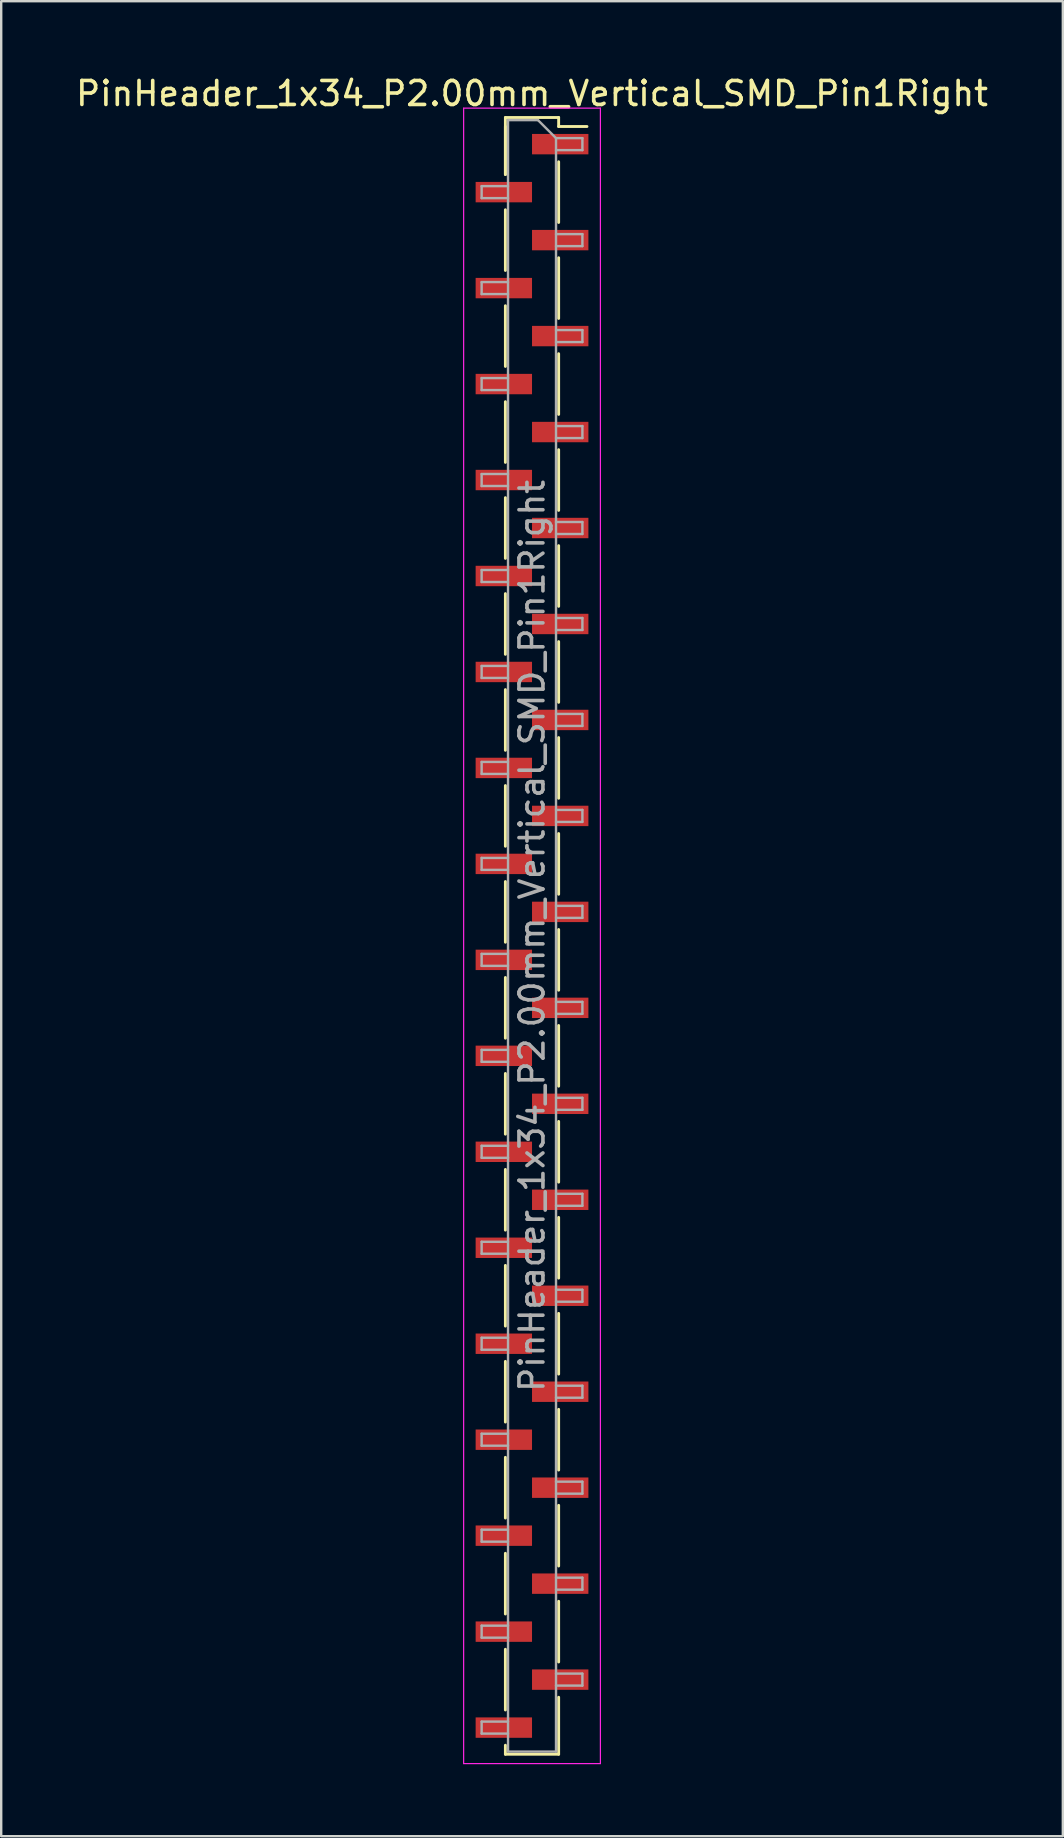
<source format=kicad_pcb>
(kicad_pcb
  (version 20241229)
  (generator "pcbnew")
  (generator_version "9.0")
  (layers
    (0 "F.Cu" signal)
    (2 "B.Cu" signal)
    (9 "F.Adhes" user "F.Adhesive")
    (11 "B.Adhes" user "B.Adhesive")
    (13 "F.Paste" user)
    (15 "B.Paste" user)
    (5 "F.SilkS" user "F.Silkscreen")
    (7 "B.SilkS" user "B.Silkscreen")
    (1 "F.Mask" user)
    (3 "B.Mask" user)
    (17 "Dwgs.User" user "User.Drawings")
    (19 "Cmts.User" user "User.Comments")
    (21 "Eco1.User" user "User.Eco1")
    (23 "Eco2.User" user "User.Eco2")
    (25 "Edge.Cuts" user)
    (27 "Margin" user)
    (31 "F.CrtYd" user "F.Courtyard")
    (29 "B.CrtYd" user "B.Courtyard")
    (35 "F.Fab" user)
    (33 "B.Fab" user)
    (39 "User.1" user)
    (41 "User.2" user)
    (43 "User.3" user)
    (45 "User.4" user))
  (footprint "PinHeader_1x34_P2.00mm_Vertical_SMD_Pin1Right"
    (layer "F.Cu")
    (at 19.125 35.958)
    (property "Reference" "PinHeader_1x34_P2.00mm_Vertical_SMD_Pin1Right" (at 0 -35.11 0) (layer "F.SilkS") (effects (font (size 1 1) (thickness 0.15))))
    (attr smd)
    (fp_line (start -1.11 -34.11) (end -1.11 -31.735) (stroke (width 0.12) (type solid)) (layer "F.SilkS"))
    (fp_line (start -1.11 -34.11) (end 1.11 -34.11) (stroke (width 0.12) (type solid)) (layer "F.SilkS"))
    (fp_line (start -1.11 -33.735) (end -1.11 -31.735) (stroke (width 0.12) (type solid)) (layer "F.SilkS"))
    (fp_line (start -1.11 -30.265) (end -1.11 -27.735) (stroke (width 0.12) (type solid)) (layer "F.SilkS"))
    (fp_line (start -1.11 -26.265) (end -1.11 -23.735) (stroke (width 0.12) (type solid)) (layer "F.SilkS"))
    (fp_line (start -1.11 -22.265) (end -1.11 -19.735) (stroke (width 0.12) (type solid)) (layer "F.SilkS"))
    (fp_line (start -1.11 -18.265) (end -1.11 -15.735) (stroke (width 0.12) (type solid)) (layer "F.SilkS"))
    (fp_line (start -1.11 -14.265) (end -1.11 -11.735) (stroke (width 0.12) (type solid)) (layer "F.SilkS"))
    (fp_line (start -1.11 -10.265) (end -1.11 -7.735) (stroke (width 0.12) (type solid)) (layer "F.SilkS"))
    (fp_line (start -1.11 -6.265) (end -1.11 -3.735) (stroke (width 0.12) (type solid)) (layer "F.SilkS"))
    (fp_line (start -1.11 -2.265) (end -1.11 0.265) (stroke (width 0.12) (type solid)) (layer "F.SilkS"))
    (fp_line (start -1.11 1.735) (end -1.11 4.265) (stroke (width 0.12) (type solid)) (layer "F.SilkS"))
    (fp_line (start -1.11 5.735) (end -1.11 8.265) (stroke (width 0.12) (type solid)) (layer "F.SilkS"))
    (fp_line (start -1.11 9.735) (end -1.11 12.265) (stroke (width 0.12) (type solid)) (layer "F.SilkS"))
    (fp_line (start -1.11 13.735) (end -1.11 16.265) (stroke (width 0.12) (type solid)) (layer "F.SilkS"))
    (fp_line (start -1.11 17.735) (end -1.11 20.265) (stroke (width 0.12) (type solid)) (layer "F.SilkS"))
    (fp_line (start -1.11 21.735) (end -1.11 24.265) (stroke (width 0.12) (type solid)) (layer "F.SilkS"))
    (fp_line (start -1.11 25.735) (end -1.11 28.265) (stroke (width 0.12) (type solid)) (layer "F.SilkS"))
    (fp_line (start -1.11 29.735) (end -1.11 32.265) (stroke (width 0.12) (type solid)) (layer "F.SilkS"))
    (fp_line (start -1.11 33.735) (end -1.11 34.11) (stroke (width 0.12) (type solid)) (layer "F.SilkS"))
    (fp_line (start -1.11 34.11) (end 1.11 34.11) (stroke (width 0.12) (type solid)) (layer "F.SilkS"))
    (fp_line (start 1.11 -34.11) (end 1.11 -33.735) (stroke (width 0.12) (type solid)) (layer "F.SilkS"))
    (fp_line (start 1.11 -33.735) (end 2.29 -33.735) (stroke (width 0.12) (type solid)) (layer "F.SilkS"))
    (fp_line (start 1.11 -32.265) (end 1.11 -29.735) (stroke (width 0.12) (type solid)) (layer "F.SilkS"))
    (fp_line (start 1.11 -28.265) (end 1.11 -25.735) (stroke (width 0.12) (type solid)) (layer "F.SilkS"))
    (fp_line (start 1.11 -24.265) (end 1.11 -21.735) (stroke (width 0.12) (type solid)) (layer "F.SilkS"))
    (fp_line (start 1.11 -20.265) (end 1.11 -17.735) (stroke (width 0.12) (type solid)) (layer "F.SilkS"))
    (fp_line (start 1.11 -16.265) (end 1.11 -13.735) (stroke (width 0.12) (type solid)) (layer "F.SilkS"))
    (fp_line (start 1.11 -12.265) (end 1.11 -9.735) (stroke (width 0.12) (type solid)) (layer "F.SilkS"))
    (fp_line (start 1.11 -8.265) (end 1.11 -5.735) (stroke (width 0.12) (type solid)) (layer "F.SilkS"))
    (fp_line (start 1.11 -4.265) (end 1.11 -1.735) (stroke (width 0.12) (type solid)) (layer "F.SilkS"))
    (fp_line (start 1.11 -0.265) (end 1.11 2.265) (stroke (width 0.12) (type solid)) (layer "F.SilkS"))
    (fp_line (start 1.11 3.735) (end 1.11 6.265) (stroke (width 0.12) (type solid)) (layer "F.SilkS"))
    (fp_line (start 1.11 7.735) (end 1.11 10.265) (stroke (width 0.12) (type solid)) (layer "F.SilkS"))
    (fp_line (start 1.11 11.735) (end 1.11 14.265) (stroke (width 0.12) (type solid)) (layer "F.SilkS"))
    (fp_line (start 1.11 15.735) (end 1.11 18.265) (stroke (width 0.12) (type solid)) (layer "F.SilkS"))
    (fp_line (start 1.11 19.735) (end 1.11 22.265) (stroke (width 0.12) (type solid)) (layer "F.SilkS"))
    (fp_line (start 1.11 23.735) (end 1.11 26.265) (stroke (width 0.12) (type solid)) (layer "F.SilkS"))
    (fp_line (start 1.11 27.735) (end 1.11 30.265) (stroke (width 0.12) (type solid)) (layer "F.SilkS"))
    (fp_line (start 1.11 31.735) (end 1.11 34.11) (stroke (width 0.12) (type solid)) (layer "F.SilkS"))
    (fp_line (start -2.85 -34.5) (end -2.85 34.5) (stroke (width 0.05) (type solid)) (layer "F.CrtYd"))
    (fp_line (start -2.85 34.5) (end 2.85 34.5) (stroke (width 0.05) (type solid)) (layer "F.CrtYd"))
    (fp_line (start 2.85 -34.5) (end -2.85 -34.5) (stroke (width 0.05) (type solid)) (layer "F.CrtYd"))
    (fp_line (start 2.85 34.5) (end 2.85 -34.5) (stroke (width 0.05) (type solid)) (layer "F.CrtYd"))
    (fp_line (start -2.1 -31.25) (end -2.1 -30.75) (stroke (width 0.1) (type solid)) (layer "F.Fab"))
    (fp_line (start -2.1 -30.75) (end -1 -30.75) (stroke (width 0.1) (type solid)) (layer "F.Fab"))
    (fp_line (start -2.1 -27.25) (end -2.1 -26.75) (stroke (width 0.1) (type solid)) (layer "F.Fab"))
    (fp_line (start -2.1 -26.75) (end -1 -26.75) (stroke (width 0.1) (type solid)) (layer "F.Fab"))
    (fp_line (start -2.1 -23.25) (end -2.1 -22.75) (stroke (width 0.1) (type solid)) (layer "F.Fab"))
    (fp_line (start -2.1 -22.75) (end -1 -22.75) (stroke (width 0.1) (type solid)) (layer "F.Fab"))
    (fp_line (start -2.1 -19.25) (end -2.1 -18.75) (stroke (width 0.1) (type solid)) (layer "F.Fab"))
    (fp_line (start -2.1 -18.75) (end -1 -18.75) (stroke (width 0.1) (type solid)) (layer "F.Fab"))
    (fp_line (start -2.1 -15.25) (end -2.1 -14.75) (stroke (width 0.1) (type solid)) (layer "F.Fab"))
    (fp_line (start -2.1 -14.75) (end -1 -14.75) (stroke (width 0.1) (type solid)) (layer "F.Fab"))
    (fp_line (start -2.1 -11.25) (end -2.1 -10.75) (stroke (width 0.1) (type solid)) (layer "F.Fab"))
    (fp_line (start -2.1 -10.75) (end -1 -10.75) (stroke (width 0.1) (type solid)) (layer "F.Fab"))
    (fp_line (start -2.1 -7.25) (end -2.1 -6.75) (stroke (width 0.1) (type solid)) (layer "F.Fab"))
    (fp_line (start -2.1 -6.75) (end -1 -6.75) (stroke (width 0.1) (type solid)) (layer "F.Fab"))
    (fp_line (start -2.1 -3.25) (end -2.1 -2.75) (stroke (width 0.1) (type solid)) (layer "F.Fab"))
    (fp_line (start -2.1 -2.75) (end -1 -2.75) (stroke (width 0.1) (type solid)) (layer "F.Fab"))
    (fp_line (start -2.1 0.75) (end -2.1 1.25) (stroke (width 0.1) (type solid)) (layer "F.Fab"))
    (fp_line (start -2.1 1.25) (end -1 1.25) (stroke (width 0.1) (type solid)) (layer "F.Fab"))
    (fp_line (start -2.1 4.75) (end -2.1 5.25) (stroke (width 0.1) (type solid)) (layer "F.Fab"))
    (fp_line (start -2.1 5.25) (end -1 5.25) (stroke (width 0.1) (type solid)) (layer "F.Fab"))
    (fp_line (start -2.1 8.75) (end -2.1 9.25) (stroke (width 0.1) (type solid)) (layer "F.Fab"))
    (fp_line (start -2.1 9.25) (end -1 9.25) (stroke (width 0.1) (type solid)) (layer "F.Fab"))
    (fp_line (start -2.1 12.75) (end -2.1 13.25) (stroke (width 0.1) (type solid)) (layer "F.Fab"))
    (fp_line (start -2.1 13.25) (end -1 13.25) (stroke (width 0.1) (type solid)) (layer "F.Fab"))
    (fp_line (start -2.1 16.75) (end -2.1 17.25) (stroke (width 0.1) (type solid)) (layer "F.Fab"))
    (fp_line (start -2.1 17.25) (end -1 17.25) (stroke (width 0.1) (type solid)) (layer "F.Fab"))
    (fp_line (start -2.1 20.75) (end -2.1 21.25) (stroke (width 0.1) (type solid)) (layer "F.Fab"))
    (fp_line (start -2.1 21.25) (end -1 21.25) (stroke (width 0.1) (type solid)) (layer "F.Fab"))
    (fp_line (start -2.1 24.75) (end -2.1 25.25) (stroke (width 0.1) (type solid)) (layer "F.Fab"))
    (fp_line (start -2.1 25.25) (end -1 25.25) (stroke (width 0.1) (type solid)) (layer "F.Fab"))
    (fp_line (start -2.1 28.75) (end -2.1 29.25) (stroke (width 0.1) (type solid)) (layer "F.Fab"))
    (fp_line (start -2.1 29.25) (end -1 29.25) (stroke (width 0.1) (type solid)) (layer "F.Fab"))
    (fp_line (start -2.1 32.75) (end -2.1 33.25) (stroke (width 0.1) (type solid)) (layer "F.Fab"))
    (fp_line (start -2.1 33.25) (end -1 33.25) (stroke (width 0.1) (type solid)) (layer "F.Fab"))
    (fp_line (start -1 -34) (end -1 34) (stroke (width 0.1) (type solid)) (layer "F.Fab"))
    (fp_line (start -1 -34) (end 0.25 -34) (stroke (width 0.1) (type solid)) (layer "F.Fab"))
    (fp_line (start -1 -31.25) (end -2.1 -31.25) (stroke (width 0.1) (type solid)) (layer "F.Fab"))
    (fp_line (start -1 -27.25) (end -2.1 -27.25) (stroke (width 0.1) (type solid)) (layer "F.Fab"))
    (fp_line (start -1 -23.25) (end -2.1 -23.25) (stroke (width 0.1) (type solid)) (layer "F.Fab"))
    (fp_line (start -1 -19.25) (end -2.1 -19.25) (stroke (width 0.1) (type solid)) (layer "F.Fab"))
    (fp_line (start -1 -15.25) (end -2.1 -15.25) (stroke (width 0.1) (type solid)) (layer "F.Fab"))
    (fp_line (start -1 -11.25) (end -2.1 -11.25) (stroke (width 0.1) (type solid)) (layer "F.Fab"))
    (fp_line (start -1 -7.25) (end -2.1 -7.25) (stroke (width 0.1) (type solid)) (layer "F.Fab"))
    (fp_line (start -1 -3.25) (end -2.1 -3.25) (stroke (width 0.1) (type solid)) (layer "F.Fab"))
    (fp_line (start -1 0.75) (end -2.1 0.75) (stroke (width 0.1) (type solid)) (layer "F.Fab"))
    (fp_line (start -1 4.75) (end -2.1 4.75) (stroke (width 0.1) (type solid)) (layer "F.Fab"))
    (fp_line (start -1 8.75) (end -2.1 8.75) (stroke (width 0.1) (type solid)) (layer "F.Fab"))
    (fp_line (start -1 12.75) (end -2.1 12.75) (stroke (width 0.1) (type solid)) (layer "F.Fab"))
    (fp_line (start -1 16.75) (end -2.1 16.75) (stroke (width 0.1) (type solid)) (layer "F.Fab"))
    (fp_line (start -1 20.75) (end -2.1 20.75) (stroke (width 0.1) (type solid)) (layer "F.Fab"))
    (fp_line (start -1 24.75) (end -2.1 24.75) (stroke (width 0.1) (type solid)) (layer "F.Fab"))
    (fp_line (start -1 28.75) (end -2.1 28.75) (stroke (width 0.1) (type solid)) (layer "F.Fab"))
    (fp_line (start -1 32.75) (end -2.1 32.75) (stroke (width 0.1) (type solid)) (layer "F.Fab"))
    (fp_line (start 1 -33.25) (end 0.25 -34) (stroke (width 0.1) (type solid)) (layer "F.Fab"))
    (fp_line (start 1 -33.25) (end 2.1 -33.25) (stroke (width 0.1) (type solid)) (layer "F.Fab"))
    (fp_line (start 1 -29.25) (end 2.1 -29.25) (stroke (width 0.1) (type solid)) (layer "F.Fab"))
    (fp_line (start 1 -25.25) (end 2.1 -25.25) (stroke (width 0.1) (type solid)) (layer "F.Fab"))
    (fp_line (start 1 -21.25) (end 2.1 -21.25) (stroke (width 0.1) (type solid)) (layer "F.Fab"))
    (fp_line (start 1 -17.25) (end 2.1 -17.25) (stroke (width 0.1) (type solid)) (layer "F.Fab"))
    (fp_line (start 1 -13.25) (end 2.1 -13.25) (stroke (width 0.1) (type solid)) (layer "F.Fab"))
    (fp_line (start 1 -9.25) (end 2.1 -9.25) (stroke (width 0.1) (type solid)) (layer "F.Fab"))
    (fp_line (start 1 -5.25) (end 2.1 -5.25) (stroke (width 0.1) (type solid)) (layer "F.Fab"))
    (fp_line (start 1 -1.25) (end 2.1 -1.25) (stroke (width 0.1) (type solid)) (layer "F.Fab"))
    (fp_line (start 1 2.75) (end 2.1 2.75) (stroke (width 0.1) (type solid)) (layer "F.Fab"))
    (fp_line (start 1 6.75) (end 2.1 6.75) (stroke (width 0.1) (type solid)) (layer "F.Fab"))
    (fp_line (start 1 10.75) (end 2.1 10.75) (stroke (width 0.1) (type solid)) (layer "F.Fab"))
    (fp_line (start 1 14.75) (end 2.1 14.75) (stroke (width 0.1) (type solid)) (layer "F.Fab"))
    (fp_line (start 1 18.75) (end 2.1 18.75) (stroke (width 0.1) (type solid)) (layer "F.Fab"))
    (fp_line (start 1 22.75) (end 2.1 22.75) (stroke (width 0.1) (type solid)) (layer "F.Fab"))
    (fp_line (start 1 26.75) (end 2.1 26.75) (stroke (width 0.1) (type solid)) (layer "F.Fab"))
    (fp_line (start 1 30.75) (end 2.1 30.75) (stroke (width 0.1) (type solid)) (layer "F.Fab"))
    (fp_line (start 1 34) (end -1 34) (stroke (width 0.1) (type solid)) (layer "F.Fab"))
    (fp_line (start 1 34) (end 1 -33.25) (stroke (width 0.1) (type solid)) (layer "F.Fab"))
    (fp_line (start 2.1 -33.25) (end 2.1 -32.75) (stroke (width 0.1) (type solid)) (layer "F.Fab"))
    (fp_line (start 2.1 -32.75) (end 1 -32.75) (stroke (width 0.1) (type solid)) (layer "F.Fab"))
    (fp_line (start 2.1 -29.25) (end 2.1 -28.75) (stroke (width 0.1) (type solid)) (layer "F.Fab"))
    (fp_line (start 2.1 -28.75) (end 1 -28.75) (stroke (width 0.1) (type solid)) (layer "F.Fab"))
    (fp_line (start 2.1 -25.25) (end 2.1 -24.75) (stroke (width 0.1) (type solid)) (layer "F.Fab"))
    (fp_line (start 2.1 -24.75) (end 1 -24.75) (stroke (width 0.1) (type solid)) (layer "F.Fab"))
    (fp_line (start 2.1 -21.25) (end 2.1 -20.75) (stroke (width 0.1) (type solid)) (layer "F.Fab"))
    (fp_line (start 2.1 -20.75) (end 1 -20.75) (stroke (width 0.1) (type solid)) (layer "F.Fab"))
    (fp_line (start 2.1 -17.25) (end 2.1 -16.75) (stroke (width 0.1) (type solid)) (layer "F.Fab"))
    (fp_line (start 2.1 -16.75) (end 1 -16.75) (stroke (width 0.1) (type solid)) (layer "F.Fab"))
    (fp_line (start 2.1 -13.25) (end 2.1 -12.75) (stroke (width 0.1) (type solid)) (layer "F.Fab"))
    (fp_line (start 2.1 -12.75) (end 1 -12.75) (stroke (width 0.1) (type solid)) (layer "F.Fab"))
    (fp_line (start 2.1 -9.25) (end 2.1 -8.75) (stroke (width 0.1) (type solid)) (layer "F.Fab"))
    (fp_line (start 2.1 -8.75) (end 1 -8.75) (stroke (width 0.1) (type solid)) (layer "F.Fab"))
    (fp_line (start 2.1 -5.25) (end 2.1 -4.75) (stroke (width 0.1) (type solid)) (layer "F.Fab"))
    (fp_line (start 2.1 -4.75) (end 1 -4.75) (stroke (width 0.1) (type solid)) (layer "F.Fab"))
    (fp_line (start 2.1 -1.25) (end 2.1 -0.75) (stroke (width 0.1) (type solid)) (layer "F.Fab"))
    (fp_line (start 2.1 -0.75) (end 1 -0.75) (stroke (width 0.1) (type solid)) (layer "F.Fab"))
    (fp_line (start 2.1 2.75) (end 2.1 3.25) (stroke (width 0.1) (type solid)) (layer "F.Fab"))
    (fp_line (start 2.1 3.25) (end 1 3.25) (stroke (width 0.1) (type solid)) (layer "F.Fab"))
    (fp_line (start 2.1 6.75) (end 2.1 7.25) (stroke (width 0.1) (type solid)) (layer "F.Fab"))
    (fp_line (start 2.1 7.25) (end 1 7.25) (stroke (width 0.1) (type solid)) (layer "F.Fab"))
    (fp_line (start 2.1 10.75) (end 2.1 11.25) (stroke (width 0.1) (type solid)) (layer "F.Fab"))
    (fp_line (start 2.1 11.25) (end 1 11.25) (stroke (width 0.1) (type solid)) (layer "F.Fab"))
    (fp_line (start 2.1 14.75) (end 2.1 15.25) (stroke (width 0.1) (type solid)) (layer "F.Fab"))
    (fp_line (start 2.1 15.25) (end 1 15.25) (stroke (width 0.1) (type solid)) (layer "F.Fab"))
    (fp_line (start 2.1 18.75) (end 2.1 19.25) (stroke (width 0.1) (type solid)) (layer "F.Fab"))
    (fp_line (start 2.1 19.25) (end 1 19.25) (stroke (width 0.1) (type solid)) (layer "F.Fab"))
    (fp_line (start 2.1 22.75) (end 2.1 23.25) (stroke (width 0.1) (type solid)) (layer "F.Fab"))
    (fp_line (start 2.1 23.25) (end 1 23.25) (stroke (width 0.1) (type solid)) (layer "F.Fab"))
    (fp_line (start 2.1 26.75) (end 2.1 27.25) (stroke (width 0.1) (type solid)) (layer "F.Fab"))
    (fp_line (start 2.1 27.25) (end 1 27.25) (stroke (width 0.1) (type solid)) (layer "F.Fab"))
    (fp_line (start 2.1 30.75) (end 2.1 31.25) (stroke (width 0.1) (type solid)) (layer "F.Fab"))
    (fp_line (start 2.1 31.25) (end 1 31.25) (stroke (width 0.1) (type solid)) (layer "F.Fab"))
    (fp_text user "${REFERENCE}" (at 0 0 90) (layer "F.Fab") (effects (font (size 1 1) (thickness 0.15))))
    (pad "1" smd rect (at 1.175 -33) (size 2.35 0.85) (layers "F.Cu" "F.Mask" "F.Paste"))
    (pad "2" smd rect (at -1.175 -31) (size 2.35 0.85) (layers "F.Cu" "F.Mask" "F.Paste"))
    (pad "3" smd rect (at 1.175 -29) (size 2.35 0.85) (layers "F.Cu" "F.Mask" "F.Paste"))
    (pad "4" smd rect (at -1.175 -27) (size 2.35 0.85) (layers "F.Cu" "F.Mask" "F.Paste"))
    (pad "5" smd rect (at 1.175 -25) (size 2.35 0.85) (layers "F.Cu" "F.Mask" "F.Paste"))
    (pad "6" smd rect (at -1.175 -23) (size 2.35 0.85) (layers "F.Cu" "F.Mask" "F.Paste"))
    (pad "7" smd rect (at 1.175 -21) (size 2.35 0.85) (layers "F.Cu" "F.Mask" "F.Paste"))
    (pad "8" smd rect (at -1.175 -19) (size 2.35 0.85) (layers "F.Cu" "F.Mask" "F.Paste"))
    (pad "9" smd rect (at 1.175 -17) (size 2.35 0.85) (layers "F.Cu" "F.Mask" "F.Paste"))
    (pad "10" smd rect (at -1.175 -15) (size 2.35 0.85) (layers "F.Cu" "F.Mask" "F.Paste"))
    (pad "11" smd rect (at 1.175 -13) (size 2.35 0.85) (layers "F.Cu" "F.Mask" "F.Paste"))
    (pad "12" smd rect (at -1.175 -11) (size 2.35 0.85) (layers "F.Cu" "F.Mask" "F.Paste"))
    (pad "13" smd rect (at 1.175 -9) (size 2.35 0.85) (layers "F.Cu" "F.Mask" "F.Paste"))
    (pad "14" smd rect (at -1.175 -7) (size 2.35 0.85) (layers "F.Cu" "F.Mask" "F.Paste"))
    (pad "15" smd rect (at 1.175 -5) (size 2.35 0.85) (layers "F.Cu" "F.Mask" "F.Paste"))
    (pad "16" smd rect (at -1.175 -3) (size 2.35 0.85) (layers "F.Cu" "F.Mask" "F.Paste"))
    (pad "17" smd rect (at 1.175 -1) (size 2.35 0.85) (layers "F.Cu" "F.Mask" "F.Paste"))
    (pad "18" smd rect (at -1.175 1) (size 2.35 0.85) (layers "F.Cu" "F.Mask" "F.Paste"))
    (pad "19" smd rect (at 1.175 3) (size 2.35 0.85) (layers "F.Cu" "F.Mask" "F.Paste"))
    (pad "20" smd rect (at -1.175 5) (size 2.35 0.85) (layers "F.Cu" "F.Mask" "F.Paste"))
    (pad "21" smd rect (at 1.175 7) (size 2.35 0.85) (layers "F.Cu" "F.Mask" "F.Paste"))
    (pad "22" smd rect (at -1.175 9) (size 2.35 0.85) (layers "F.Cu" "F.Mask" "F.Paste"))
    (pad "23" smd rect (at 1.175 11) (size 2.35 0.85) (layers "F.Cu" "F.Mask" "F.Paste"))
    (pad "24" smd rect (at -1.175 13) (size 2.35 0.85) (layers "F.Cu" "F.Mask" "F.Paste"))
    (pad "25" smd rect (at 1.175 15) (size 2.35 0.85) (layers "F.Cu" "F.Mask" "F.Paste"))
    (pad "26" smd rect (at -1.175 17) (size 2.35 0.85) (layers "F.Cu" "F.Mask" "F.Paste"))
    (pad "27" smd rect (at 1.175 19) (size 2.35 0.85) (layers "F.Cu" "F.Mask" "F.Paste"))
    (pad "28" smd rect (at -1.175 21) (size 2.35 0.85) (layers "F.Cu" "F.Mask" "F.Paste"))
    (pad "29" smd rect (at 1.175 23) (size 2.35 0.85) (layers "F.Cu" "F.Mask" "F.Paste"))
    (pad "30" smd rect (at -1.175 25) (size 2.35 0.85) (layers "F.Cu" "F.Mask" "F.Paste"))
    (pad "31" smd rect (at 1.175 27) (size 2.35 0.85) (layers "F.Cu" "F.Mask" "F.Paste"))
    (pad "32" smd rect (at -1.175 29) (size 2.35 0.85) (layers "F.Cu" "F.Mask" "F.Paste"))
    (pad "33" smd rect (at 1.175 31) (size 2.35 0.85) (layers "F.Cu" "F.Mask" "F.Paste"))
    (pad "34" smd rect (at -1.175 33) (size 2.35 0.85) (layers "F.Cu" "F.Mask" "F.Paste")))
  (gr_rect
    (start -3 -3)
    (end 41.25 73.483)
    (stroke (width 0.1) (type default))
    (fill no)
    (layer "Edge.Cuts")))
</source>
